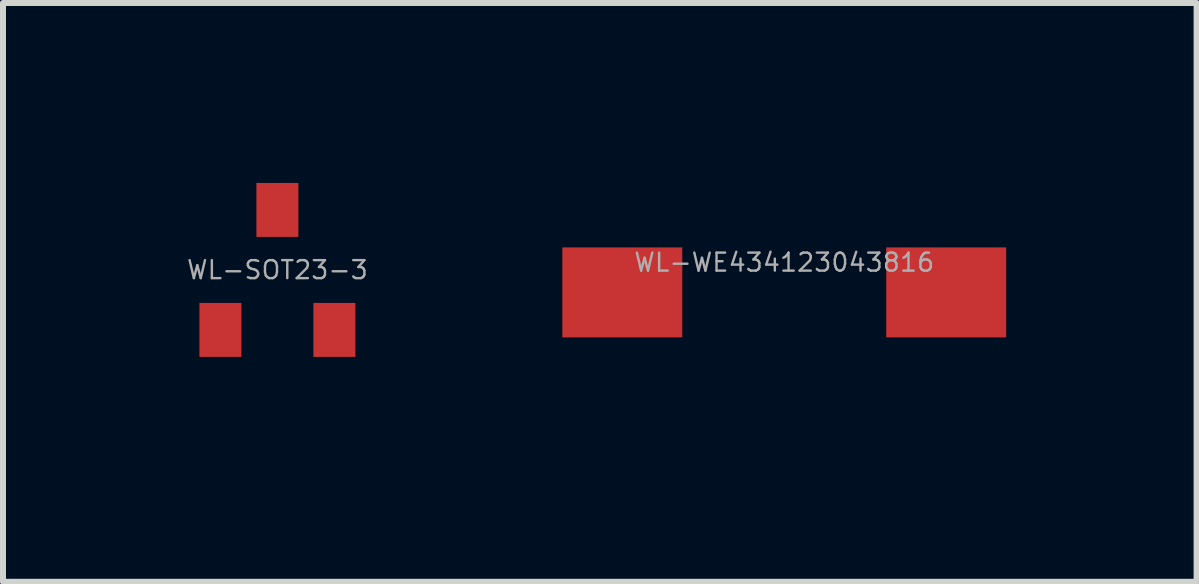
<source format=kicad_pcb>
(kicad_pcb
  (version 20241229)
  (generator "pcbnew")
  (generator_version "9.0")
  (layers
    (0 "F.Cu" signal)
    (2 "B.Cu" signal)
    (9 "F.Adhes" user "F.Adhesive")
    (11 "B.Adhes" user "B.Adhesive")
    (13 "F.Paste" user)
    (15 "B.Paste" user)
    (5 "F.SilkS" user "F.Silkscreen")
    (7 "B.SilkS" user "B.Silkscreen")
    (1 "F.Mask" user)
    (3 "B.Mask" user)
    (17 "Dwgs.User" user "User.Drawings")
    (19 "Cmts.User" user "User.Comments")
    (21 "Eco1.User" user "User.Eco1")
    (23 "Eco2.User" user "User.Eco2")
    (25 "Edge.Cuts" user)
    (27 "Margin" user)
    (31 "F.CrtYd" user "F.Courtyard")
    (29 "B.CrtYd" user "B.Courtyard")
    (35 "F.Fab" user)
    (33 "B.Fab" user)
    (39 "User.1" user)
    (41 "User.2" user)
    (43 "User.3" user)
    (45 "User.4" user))
  (footprint "WL-WE434123043816"
    (layer "F.Cu")
    (at 10.025 1.825)
    (property "Reference" "WL-WE434123043816" (at 0 -0.5 0) (layer "F.Fab") (effects (font (size 0.3 0.3) (thickness 0.04))))
    (attr smd)
    (fp_line (start -3.8 -1.75) (end 3.8 -1.75) (stroke (width 0.15) (type solid)) (layer "Eco1.User"))
    (fp_line (start -3.8 1.75) (end -3.8 -1.75) (stroke (width 0.15) (type solid)) (layer "Eco1.User"))
    (fp_line (start 3.8 -1.75) (end 3.8 1.75) (stroke (width 0.15) (type solid)) (layer "Eco1.User"))
    (fp_line (start 3.8 1.75) (end -3.8 1.75) (stroke (width 0.15) (type solid)) (layer "Eco1.User"))
    (pad "1" smd rect (at -2.7 0) (size 2 1.5) (layers "F.Cu" "F.Mask" "F.Paste"))
    (pad "2" smd rect (at 2.7 0) (size 2 1.5) (layers "F.Cu" "F.Mask" "F.Paste")))
  (footprint "WL-SOT23-3"
    (layer "F.Cu")
    (at 1.575 1.45)
    (property "Reference" "WL-SOT23-3" (at 0 0 0) (layer "F.Fab") (effects (font (size 0.3 0.3) (thickness 0.04))))
    (attr through_hole)
    (fp_line (start -1.5 -0.32) (end 1.5 -0.32) (stroke (width 0.15) (type solid)) (layer "Eco1.User"))
    (fp_line (start -1.5 0.32) (end -1.5 -0.32) (stroke (width 0.15) (type solid)) (layer "Eco1.User"))
    (fp_line (start 1.5 -0.32) (end 1.5 0.32) (stroke (width 0.15) (type solid)) (layer "Eco1.User"))
    (fp_line (start 1.5 0.32) (end -1.5 0.32) (stroke (width 0.15) (type solid)) (layer "Eco1.User"))
    (pad "1" smd rect (at -0.95 1) (size 0.7 0.9) (layers "F.Cu" "F.Mask" "F.Paste"))
    (pad "2" smd rect (at 0.95 1) (size 0.7 0.9) (layers "F.Cu" "F.Mask" "F.Paste"))
    (pad "3" smd rect (at 0 -1) (size 0.7 0.9) (layers "F.Cu" "F.Mask" "F.Paste")))
  (gr_rect
    (start -3 -3)
    (end 16.9 6.65)
    (stroke (width 0.1) (type default))
    (fill no)
    (layer "Edge.Cuts")))
</source>
